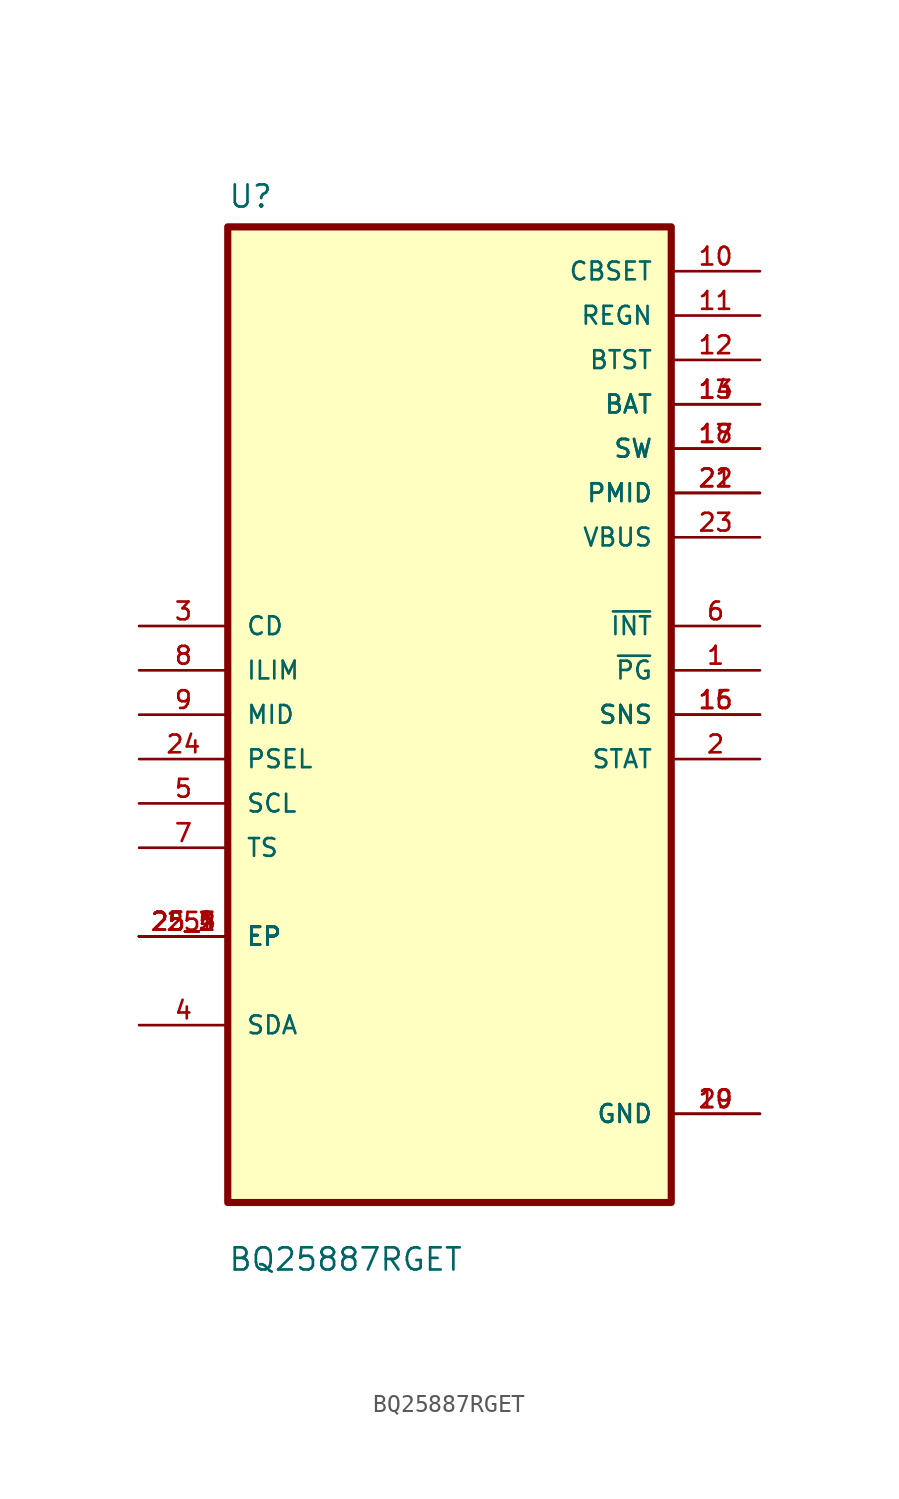
<source format=kicad_sym>
(kicad_symbol_lib
  (version 20211014)
  (generator kicad_symbol_editor)
  (symbol "BQ25887RGET"
    (pin_names
      (offset 1.016))
    (property "Reference" "U"
      (at -12.7 28.94 0.0)
      (effects (font (size 1.27 1.27)) (justify bottom left)))
    (property "Value" "BQ25887RGET"
      (at -12.7 -31.94 0.0)
      (effects (font (size 1.27 1.27)) (justify bottom left)))
    (symbol "BQ25887RGET_0_0"
      (rectangle (start -12.7 -27.94) (end 12.7 27.94) (stroke (width 0.41)) (fill (type background)))
      (pin input line (at -17.78 5.08 0) (length 5.08) (name "CD" (effects (font (size 1.016 1.016)))) (number "3" (effects (font (size 1.016 1.016)))))
      (pin input line (at -17.78 2.54 0) (length 5.08) (name "ILIM" (effects (font (size 1.016 1.016)))) (number "8" (effects (font (size 1.016 1.016)))))
      (pin input line (at -17.78 -1.77636e-15 0) (length 5.08) (name "MID" (effects (font (size 1.016 1.016)))) (number "9" (effects (font (size 1.016 1.016)))))
      (pin input line (at -17.78 -2.54 0) (length 5.08) (name "PSEL" (effects (font (size 1.016 1.016)))) (number "24" (effects (font (size 1.016 1.016)))))
      (pin input line (at -17.78 -5.08 0) (length 5.08) (name "SCL" (effects (font (size 1.016 1.016)))) (number "5" (effects (font (size 1.016 1.016)))))
      (pin input line (at -17.78 -7.62 0) (length 5.08) (name "TS" (effects (font (size 1.016 1.016)))) (number "7" (effects (font (size 1.016 1.016)))))
      (pin bidirectional line (at -17.78 -12.7 0) (length 5.08) (name "EP" (effects (font (size 1.016 1.016)))) (number "25" (effects (font (size 1.016 1.016)))))
      (pin bidirectional line (at -17.78 -12.7 0) (length 5.08) (name "EP" (effects (font (size 1.016 1.016)))) (number "25_1" (effects (font (size 1.016 1.016)))))
      (pin bidirectional line (at -17.78 -12.7 0) (length 5.08) (name "EP" (effects (font (size 1.016 1.016)))) (number "25_2" (effects (font (size 1.016 1.016)))))
      (pin bidirectional line (at -17.78 -12.7 0) (length 5.08) (name "EP" (effects (font (size 1.016 1.016)))) (number "25_3" (effects (font (size 1.016 1.016)))))
      (pin bidirectional line (at -17.78 -12.7 0) (length 5.08) (name "EP" (effects (font (size 1.016 1.016)))) (number "25_4" (effects (font (size 1.016 1.016)))))
      (pin bidirectional line (at -17.78 -12.7 0) (length 5.08) (name "EP" (effects (font (size 1.016 1.016)))) (number "25_5" (effects (font (size 1.016 1.016)))))
      (pin bidirectional line (at -17.78 -17.78 0) (length 5.08) (name "SDA" (effects (font (size 1.016 1.016)))) (number "4" (effects (font (size 1.016 1.016)))))
      (pin power_in line (at 17.78 25.4 180.0) (length 5.08) (name "CBSET" (effects (font (size 1.016 1.016)))) (number "10" (effects (font (size 1.016 1.016)))))
      (pin power_in line (at 17.78 22.86 180.0) (length 5.08) (name "REGN" (effects (font (size 1.016 1.016)))) (number "11" (effects (font (size 1.016 1.016)))))
      (pin power_in line (at 17.78 20.32 180.0) (length 5.08) (name "BTST" (effects (font (size 1.016 1.016)))) (number "12" (effects (font (size 1.016 1.016)))))
      (pin power_in line (at 17.78 17.78 180.0) (length 5.08) (name "BAT" (effects (font (size 1.016 1.016)))) (number "13" (effects (font (size 1.016 1.016)))))
      (pin power_in line (at 17.78 17.78 180.0) (length 5.08) (name "BAT" (effects (font (size 1.016 1.016)))) (number "14" (effects (font (size 1.016 1.016)))))
      (pin power_in line (at 17.78 15.24 180.0) (length 5.08) (name "SW" (effects (font (size 1.016 1.016)))) (number "17" (effects (font (size 1.016 1.016)))))
      (pin power_in line (at 17.78 15.24 180.0) (length 5.08) (name "SW" (effects (font (size 1.016 1.016)))) (number "18" (effects (font (size 1.016 1.016)))))
      (pin power_in line (at 17.78 12.7 180.0) (length 5.08) (name "PMID" (effects (font (size 1.016 1.016)))) (number "21" (effects (font (size 1.016 1.016)))))
      (pin power_in line (at 17.78 12.7 180.0) (length 5.08) (name "PMID" (effects (font (size 1.016 1.016)))) (number "22" (effects (font (size 1.016 1.016)))))
      (pin power_in line (at 17.78 10.16 180.0) (length 5.08) (name "VBUS" (effects (font (size 1.016 1.016)))) (number "23" (effects (font (size 1.016 1.016)))))
      (pin output line (at 17.78 5.08 180.0) (length 5.08) (name "~{INT}" (effects (font (size 1.016 1.016)))) (number "6" (effects (font (size 1.016 1.016)))))
      (pin output line (at 17.78 2.54 180.0) (length 5.08) (name "~{PG}" (effects (font (size 1.016 1.016)))) (number "1" (effects (font (size 1.016 1.016)))))
      (pin output line (at 17.78 7.10543e-15 180.0) (length 5.08) (name "SNS" (effects (font (size 1.016 1.016)))) (number "15" (effects (font (size 1.016 1.016)))))
      (pin output line (at 17.78 7.10543e-15 180.0) (length 5.08) (name "SNS" (effects (font (size 1.016 1.016)))) (number "16" (effects (font (size 1.016 1.016)))))
      (pin output line (at 17.78 -2.54 180.0) (length 5.08) (name "STAT" (effects (font (size 1.016 1.016)))) (number "2" (effects (font (size 1.016 1.016)))))
      (pin power_in line (at 17.78 -22.86 180.0) (length 5.08) (name "GND" (effects (font (size 1.016 1.016)))) (number "19" (effects (font (size 1.016 1.016)))))
      (pin power_in line (at 17.78 -22.86 180.0) (length 5.08) (name "GND" (effects (font (size 1.016 1.016)))) (number "20" (effects (font (size 1.016 1.016))))))))
</source>
